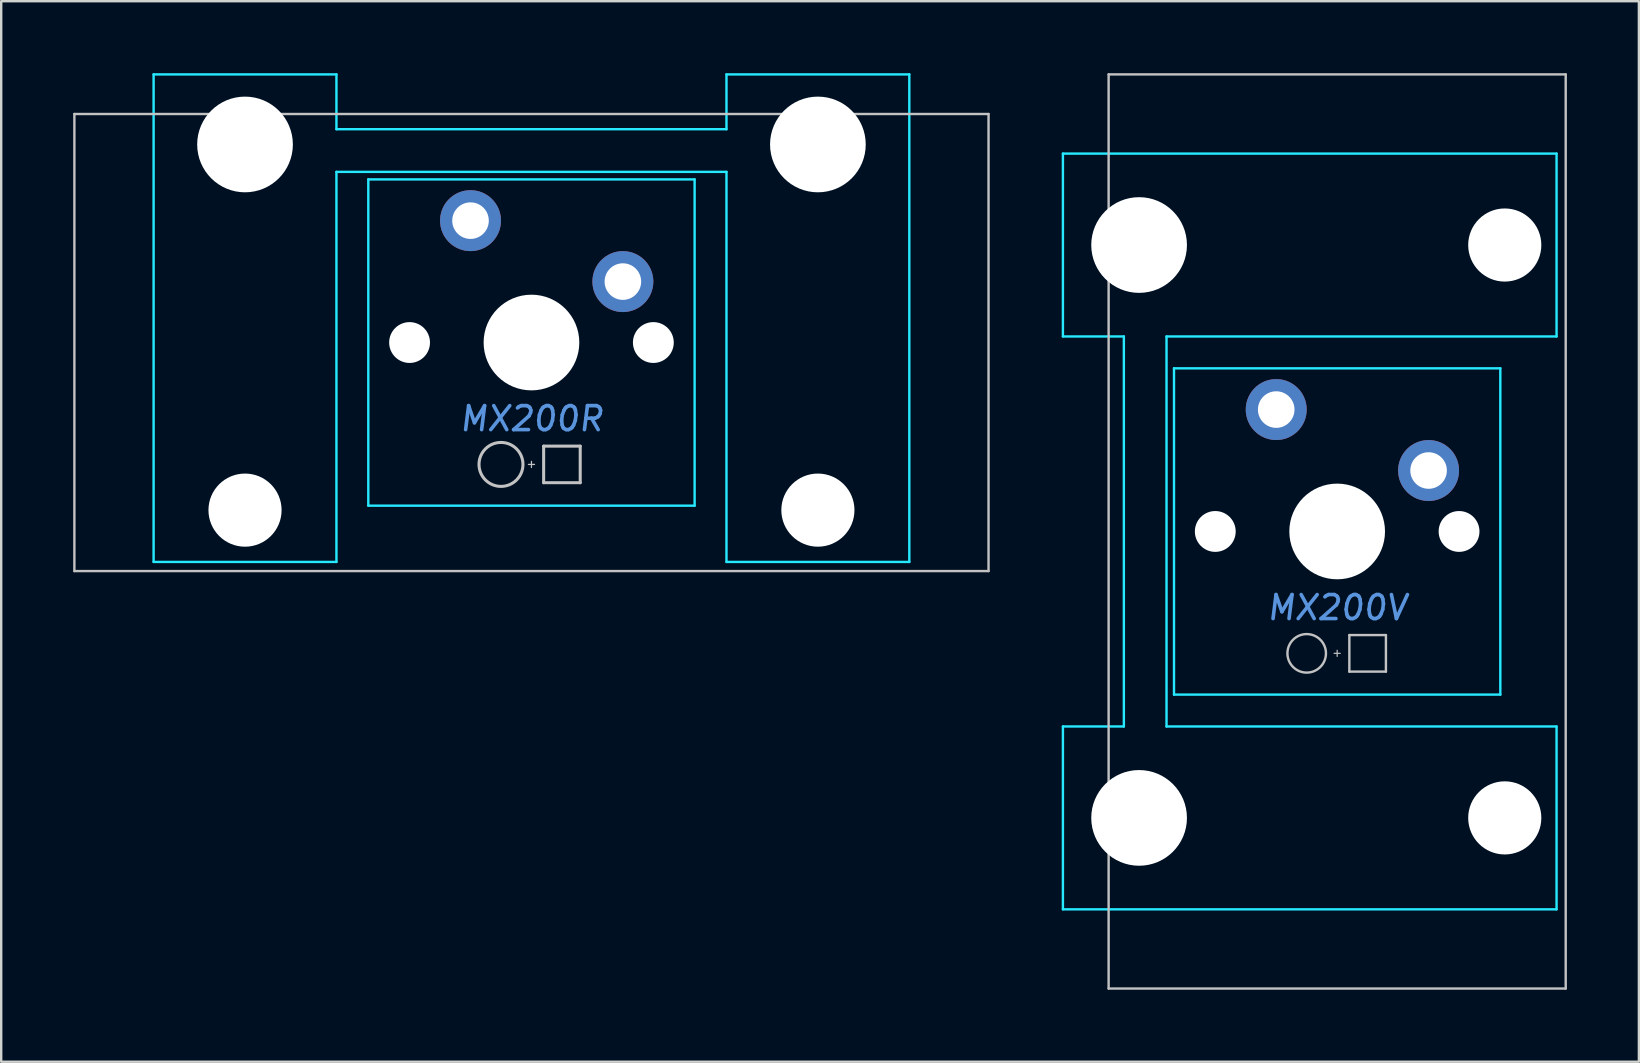
<source format=kicad_pcb>
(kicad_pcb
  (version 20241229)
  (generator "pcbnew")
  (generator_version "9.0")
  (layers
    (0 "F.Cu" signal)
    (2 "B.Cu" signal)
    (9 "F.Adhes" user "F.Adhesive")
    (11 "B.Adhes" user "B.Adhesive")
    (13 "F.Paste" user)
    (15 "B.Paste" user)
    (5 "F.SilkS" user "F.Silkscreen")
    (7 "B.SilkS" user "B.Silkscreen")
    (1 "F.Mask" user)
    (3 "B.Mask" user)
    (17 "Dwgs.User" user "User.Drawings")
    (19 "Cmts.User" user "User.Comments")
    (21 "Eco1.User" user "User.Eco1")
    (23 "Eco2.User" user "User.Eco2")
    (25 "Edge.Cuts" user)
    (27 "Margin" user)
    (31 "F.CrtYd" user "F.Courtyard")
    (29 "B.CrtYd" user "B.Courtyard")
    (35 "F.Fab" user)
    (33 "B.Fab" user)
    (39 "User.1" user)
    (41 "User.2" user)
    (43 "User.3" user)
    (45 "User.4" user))
  (footprint "MX200V"
    (layer "F.Cu")
    (at 52.68 19.1)
    (property "Reference" "MX200V" (at 0 3.175 0) (layer "Cmts.User") (effects (font (size 1 1) (thickness 0.15) (italic yes))))
    (attr through_hole)
    (fp_line (start -9.525 -19.05) (end -9.525 19.05) (stroke (width 0.1) (type solid)) (layer "Dwgs.User"))
    (fp_line (start -0.127 5.08) (end 0.127 5.08) (stroke (width 0.05) (type solid)) (layer "Dwgs.User"))
    (fp_line (start 0 5.207) (end 0 4.953) (stroke (width 0.05) (type solid)) (layer "Dwgs.User"))
    (fp_line (start 0.508 4.318) (end 0.508 5.842) (stroke (width 0.1) (type solid)) (layer "Dwgs.User"))
    (fp_line (start 0.508 4.318) (end 2.032 4.318) (stroke (width 0.1) (type solid)) (layer "Dwgs.User"))
    (fp_line (start 0.508 5.842) (end 2.032 5.842) (stroke (width 0.1) (type solid)) (layer "Dwgs.User"))
    (fp_line (start 2.032 5.842) (end 2.032 4.318) (stroke (width 0.1) (type solid)) (layer "Dwgs.User"))
    (fp_line (start 9.525 -19.05) (end -9.525 -19.05) (stroke (width 0.1) (type solid)) (layer "Dwgs.User"))
    (fp_line (start 9.525 -19.05) (end 9.525 19.05) (stroke (width 0.1) (type solid)) (layer "Dwgs.User"))
    (fp_line (start 9.525 19.05) (end -9.525 19.05) (stroke (width 0.1) (type solid)) (layer "Dwgs.User"))
    (fp_circle (center -1.27 5.08) (end -0.467 5.08) (stroke (width 0.1) (type solid)) (fill no) (layer "Dwgs.User"))
    (fp_line (start -9.015 -8.938) (end -9.015 -14.938) (stroke (width 0.1) (type solid)) (layer "Eco1.User"))
    (fp_line (start -9.015 14.938) (end -9.015 8.938) (stroke (width 0.1) (type solid)) (layer "Eco1.User"))
    (fp_line (start -8.515 -8.438) (end 5.485 -8.438) (stroke (width 0.1) (type solid)) (layer "Eco1.User"))
    (fp_line (start -8.515 15.438) (end 5.485 15.438) (stroke (width 0.1) (type solid)) (layer "Eco1.User"))
    (fp_line (start -7 -6.5) (end -7 6.5) (stroke (width 0.1) (type solid)) (layer "Eco1.User"))
    (fp_line (start -6.5 7) (end 6.5 7) (stroke (width 0.1) (type solid)) (layer "Eco1.User"))
    (fp_line (start 5.485 -15.438) (end -8.515 -15.438) (stroke (width 0.1) (type solid)) (layer "Eco1.User"))
    (fp_line (start 5.485 8.438) (end -8.515 8.438) (stroke (width 0.1) (type solid)) (layer "Eco1.User"))
    (fp_line (start 5.985 -14.938) (end 5.985 -8.938) (stroke (width 0.1) (type solid)) (layer "Eco1.User"))
    (fp_line (start 5.985 8.938) (end 5.985 14.938) (stroke (width 0.1) (type solid)) (layer "Eco1.User"))
    (fp_line (start 6.5 -7) (end -6.5 -7) (stroke (width 0.1) (type solid)) (layer "Eco1.User"))
    (fp_line (start 7 6.5) (end 7 -6.5) (stroke (width 0.1) (type solid)) (layer "Eco1.User"))
    (fp_arc (start -9.015 -14.938) (mid -8.868553 -15.291553) (end -8.515 -15.438) (stroke (width 0.1) (type solid)) (layer "Eco1.User"))
    (fp_arc (start -9.015 8.938) (mid -8.868553 8.584447) (end -8.515 8.438) (stroke (width 0.1) (type solid)) (layer "Eco1.User"))
    (fp_arc (start -8.515 -8.438) (mid -8.868553 -8.584447) (end -9.015 -8.938) (stroke (width 0.1) (type solid)) (layer "Eco1.User"))
    (fp_arc (start -8.515 15.438) (mid -8.868553 15.291553) (end -9.015 14.938) (stroke (width 0.1) (type solid)) (layer "Eco1.User"))
    (fp_arc (start -7 -6.5) (mid -6.853553 -6.853553) (end -6.5 -7) (stroke (width 0.1) (type solid)) (layer "Eco1.User"))
    (fp_arc (start -6.5 7) (mid -6.853553 6.853553) (end -7 6.5) (stroke (width 0.1) (type solid)) (layer "Eco1.User"))
    (fp_arc (start 5.485 -15.438) (mid 5.838553 -15.291553) (end 5.985 -14.938) (stroke (width 0.1) (type solid)) (layer "Eco1.User"))
    (fp_arc (start 5.485 8.438) (mid 5.838553 8.584447) (end 5.985 8.938) (stroke (width 0.1) (type solid)) (layer "Eco1.User"))
    (fp_arc (start 5.985 -8.938) (mid 5.838553 -8.584447) (end 5.485 -8.438) (stroke (width 0.1) (type solid)) (layer "Eco1.User"))
    (fp_arc (start 5.985 14.938) (mid 5.838553 15.291553) (end 5.485 15.438) (stroke (width 0.1) (type solid)) (layer "Eco1.User"))
    (fp_arc (start 6.5 -7) (mid 6.853553 -6.853553) (end 7 -6.5) (stroke (width 0.1) (type solid)) (layer "Eco1.User"))
    (fp_arc (start 7 6.5) (mid 6.853553 6.853553) (end 6.5 7) (stroke (width 0.1) (type solid)) (layer "Eco1.User"))
    (fp_line (start -11.43 -15.748) (end 9.144 -15.748) (stroke (width 0.1) (type solid)) (layer "B.CrtYd"))
    (fp_line (start -11.43 -8.128) (end -11.43 -15.748) (stroke (width 0.1) (type solid)) (layer "B.CrtYd"))
    (fp_line (start -11.43 -8.128) (end -8.89 -8.128) (stroke (width 0.1) (type solid)) (layer "B.CrtYd"))
    (fp_line (start -11.43 8.128) (end -8.89 8.128) (stroke (width 0.1) (type solid)) (layer "B.CrtYd"))
    (fp_line (start -11.43 15.748) (end -11.43 8.128) (stroke (width 0.1) (type solid)) (layer "B.CrtYd"))
    (fp_line (start -8.89 -8.128) (end -8.89 8.128) (stroke (width 0.1) (type solid)) (layer "B.CrtYd"))
    (fp_line (start -7.112 -8.128) (end -7.112 8.128) (stroke (width 0.1) (type solid)) (layer "B.CrtYd"))
    (fp_line (start -6.8 6.8) (end -6.8 -6.8) (stroke (width 0.1) (type solid)) (layer "B.CrtYd"))
    (fp_line (start 6.8 -6.8) (end -6.8 -6.8) (stroke (width 0.1) (type solid)) (layer "B.CrtYd"))
    (fp_line (start 6.8 6.8) (end -6.8 6.8) (stroke (width 0.1) (type solid)) (layer "B.CrtYd"))
    (fp_line (start 6.8 6.8) (end 6.8 -6.8) (stroke (width 0.1) (type solid)) (layer "B.CrtYd"))
    (fp_line (start 9.144 -15.748) (end 9.144 -8.128) (stroke (width 0.1) (type solid)) (layer "B.CrtYd"))
    (fp_line (start 9.144 -8.128) (end -7.112 -8.128) (stroke (width 0.1) (type solid)) (layer "B.CrtYd"))
    (fp_line (start 9.144 8.128) (end -7.112 8.128) (stroke (width 0.1) (type solid)) (layer "B.CrtYd"))
    (fp_line (start 9.144 8.128) (end 9.144 15.748) (stroke (width 0.1) (type solid)) (layer "B.CrtYd"))
    (fp_line (start 9.144 15.748) (end -11.43 15.748) (stroke (width 0.1) (type solid)) (layer "B.CrtYd"))
    (pad "" np_thru_hole circle (at -8.255 -11.938 270) (size 3.988 3.988) (drill 3.988) (layers "*.Cu" "*.Mask"))
    (pad "" np_thru_hole circle (at -8.255 11.938 270) (size 3.988 3.988) (drill 3.988) (layers "*.Cu" "*.Mask"))
    (pad "" np_thru_hole circle (at -5.08 0) (size 1.702 1.702) (drill 1.702) (layers "*.Cu" "*.Mask"))
    (pad "" connect circle (at -2.54 -5.08) (size 1.524 1.524) (layers "B.Mask"))
    (pad "" np_thru_hole circle (at 0 0) (size 3.988 3.988) (drill 3.988) (layers "*.Cu" "*.Mask"))
    (pad "" connect circle (at 3.81 -2.54) (size 1.524 1.524) (layers "B.Mask"))
    (pad "" np_thru_hole circle (at 5.08 0) (size 1.702 1.702) (drill 1.702) (layers "*.Cu" "*.Mask"))
    (pad "" np_thru_hole circle (at 6.985 -11.938 270) (size 3.048 3.048) (drill 3.048) (layers "*.Cu" "*.Mask"))
    (pad "" np_thru_hole circle (at 6.985 11.938 270) (size 3.048 3.048) (drill 3.048) (layers "*.Cu" "*.Mask"))
    (pad "1" thru_hole circle (at -2.54 -5.08) (size 2.54 2.54) (drill 1.524) (layers "*.Cu" "F.Mask"))
    (pad "2" thru_hole circle (at 3.81 -2.54) (size 2.54 2.54) (drill 1.524) (layers "*.Cu" "F.Mask")))
  (footprint "MX200R"
    (layer "F.Cu")
    (at 19.1 11.226)
    (property "Reference" "MX200R" (at 0 3.175 0) (layer "Cmts.User") (effects (font (size 1 1) (thickness 0.15) (italic yes))))
    (attr through_hole)
    (fp_line (start -19.05 -9.525) (end -19.05 9.525) (stroke (width 0.1) (type solid)) (layer "Dwgs.User"))
    (fp_line (start -19.05 -9.525) (end 19.05 -9.525) (stroke (width 0.1) (type solid)) (layer "Dwgs.User"))
    (fp_line (start -19.05 9.525) (end 19.05 9.525) (stroke (width 0.1) (type solid)) (layer "Dwgs.User"))
    (fp_line (start -0.127 5.08) (end 0.127 5.08) (stroke (width 0.051) (type solid)) (layer "Dwgs.User"))
    (fp_line (start 0 4.953) (end 0 5.207) (stroke (width 0.051) (type solid)) (layer "Dwgs.User"))
    (fp_line (start 0.508 4.318) (end 0.508 5.842) (stroke (width 0.127) (type solid)) (layer "Dwgs.User"))
    (fp_line (start 0.508 4.318) (end 2.032 4.318) (stroke (width 0.127) (type solid)) (layer "Dwgs.User"))
    (fp_line (start 0.508 5.842) (end 2.032 5.842) (stroke (width 0.127) (type solid)) (layer "Dwgs.User"))
    (fp_line (start 2.032 5.842) (end 2.032 4.318) (stroke (width 0.127) (type solid)) (layer "Dwgs.User"))
    (fp_line (start 19.05 -9.525) (end 19.05 9.525) (stroke (width 0.1) (type solid)) (layer "Dwgs.User"))
    (fp_circle (center -1.27 5.08) (end -0.354 5.08) (stroke (width 0.127) (type solid)) (fill no) (layer "Dwgs.User"))
    (fp_line (start -15.438 -8.515) (end -15.438 5.485) (stroke (width 0.1) (type solid)) (layer "Eco1.User"))
    (fp_line (start -14.938 -9.015) (end -8.938 -9.015) (stroke (width 0.1) (type solid)) (layer "Eco1.User"))
    (fp_line (start -8.938 5.985) (end -14.938 5.985) (stroke (width 0.1) (type solid)) (layer "Eco1.User"))
    (fp_line (start -8.438 5.485) (end -8.438 -8.515) (stroke (width 0.1) (type solid)) (layer "Eco1.User"))
    (fp_line (start -7 -6.5) (end -7 6.5) (stroke (width 0.1) (type solid)) (layer "Eco1.User"))
    (fp_line (start -6.5 7) (end 6.5 7) (stroke (width 0.1) (type solid)) (layer "Eco1.User"))
    (fp_line (start 6.5 -7) (end -6.5 -7) (stroke (width 0.1) (type solid)) (layer "Eco1.User"))
    (fp_line (start 7 6.5) (end 7 -6.5) (stroke (width 0.1) (type solid)) (layer "Eco1.User"))
    (fp_line (start 8.438 -8.515) (end 8.438 5.485) (stroke (width 0.1) (type solid)) (layer "Eco1.User"))
    (fp_line (start 8.938 -9.015) (end 14.938 -9.015) (stroke (width 0.1) (type solid)) (layer "Eco1.User"))
    (fp_line (start 14.938 5.985) (end 8.938 5.985) (stroke (width 0.1) (type solid)) (layer "Eco1.User"))
    (fp_line (start 15.438 5.485) (end 15.438 -8.515) (stroke (width 0.1) (type solid)) (layer "Eco1.User"))
    (fp_arc (start -15.438 -8.515) (mid -15.291553 -8.868553) (end -14.938 -9.015) (stroke (width 0.1) (type solid)) (layer "Eco1.User"))
    (fp_arc (start -14.938 5.985) (mid -15.291553 5.838553) (end -15.438 5.485) (stroke (width 0.1) (type solid)) (layer "Eco1.User"))
    (fp_arc (start -8.938 -9.015) (mid -8.584447 -8.868553) (end -8.438 -8.515) (stroke (width 0.1) (type solid)) (layer "Eco1.User"))
    (fp_arc (start -8.438 5.485) (mid -8.584447 5.838553) (end -8.938 5.985) (stroke (width 0.1) (type solid)) (layer "Eco1.User"))
    (fp_arc (start -7 -6.5) (mid -6.853553 -6.853553) (end -6.5 -7) (stroke (width 0.1) (type solid)) (layer "Eco1.User"))
    (fp_arc (start -6.5 7) (mid -6.853553 6.853553) (end -7 6.5) (stroke (width 0.1) (type solid)) (layer "Eco1.User"))
    (fp_arc (start 6.5 -7) (mid 6.853553 -6.853553) (end 7 -6.5) (stroke (width 0.1) (type solid)) (layer "Eco1.User"))
    (fp_arc (start 7 6.5) (mid 6.853553 6.853553) (end 6.5 7) (stroke (width 0.1) (type solid)) (layer "Eco1.User"))
    (fp_arc (start 8.438 -8.515) (mid 8.584447 -8.868553) (end 8.938 -9.015) (stroke (width 0.1) (type solid)) (layer "Eco1.User"))
    (fp_arc (start 8.938 5.985) (mid 8.584447 5.838553) (end 8.438 5.485) (stroke (width 0.1) (type solid)) (layer "Eco1.User"))
    (fp_arc (start 14.938 -9.015) (mid 15.291553 -8.868553) (end 15.438 -8.515) (stroke (width 0.1) (type solid)) (layer "Eco1.User"))
    (fp_arc (start 15.438 5.485) (mid 15.291553 5.838553) (end 14.938 5.985) (stroke (width 0.1) (type solid)) (layer "Eco1.User"))
    (fp_line (start -15.748 9.144) (end -15.748 -11.176) (stroke (width 0.1) (type solid)) (layer "B.CrtYd"))
    (fp_line (start -8.128 -11.176) (end -15.748 -11.176) (stroke (width 0.1) (type solid)) (layer "B.CrtYd"))
    (fp_line (start -8.128 -8.89) (end -8.128 -11.176) (stroke (width 0.1) (type solid)) (layer "B.CrtYd"))
    (fp_line (start -8.128 -7.112) (end -8.128 9.144) (stroke (width 0.1) (type solid)) (layer "B.CrtYd"))
    (fp_line (start -8.128 9.144) (end -15.748 9.144) (stroke (width 0.1) (type solid)) (layer "B.CrtYd"))
    (fp_line (start -6.8 -6.8) (end -6.8 6.8) (stroke (width 0.1) (type solid)) (layer "B.CrtYd"))
    (fp_line (start 6.8 -6.8) (end -6.8 -6.8) (stroke (width 0.1) (type solid)) (layer "B.CrtYd"))
    (fp_line (start 6.8 -6.8) (end 6.8 6.8) (stroke (width 0.1) (type solid)) (layer "B.CrtYd"))
    (fp_line (start 6.8 6.8) (end -6.8 6.8) (stroke (width 0.1) (type solid)) (layer "B.CrtYd"))
    (fp_line (start 8.128 -8.89) (end -8.128 -8.89) (stroke (width 0.1) (type solid)) (layer "B.CrtYd"))
    (fp_line (start 8.128 -8.89) (end 8.128 -11.176) (stroke (width 0.1) (type solid)) (layer "B.CrtYd"))
    (fp_line (start 8.128 -7.112) (end -8.128 -7.112) (stroke (width 0.1) (type solid)) (layer "B.CrtYd"))
    (fp_line (start 8.128 -7.112) (end 8.128 9.144) (stroke (width 0.1) (type solid)) (layer "B.CrtYd"))
    (fp_line (start 15.748 -11.176) (end 8.128 -11.176) (stroke (width 0.1) (type solid)) (layer "B.CrtYd"))
    (fp_line (start 15.748 9.144) (end 8.128 9.144) (stroke (width 0.1) (type solid)) (layer "B.CrtYd"))
    (fp_line (start 15.748 9.144) (end 15.748 -11.176) (stroke (width 0.1) (type solid)) (layer "B.CrtYd"))
    (pad "" np_thru_hole circle (at -11.938 -8.255) (size 3.988 3.988) (drill 3.988) (layers "*.Cu" "*.Mask"))
    (pad "" np_thru_hole circle (at -11.938 6.985) (size 3.048 3.048) (drill 3.048) (layers "*.Cu" "*.Mask"))
    (pad "" np_thru_hole circle (at -5.08 0) (size 1.702 1.702) (drill 1.702) (layers "*.Cu" "*.Mask"))
    (pad "" connect circle (at -2.54 -5.08) (size 1.524 1.524) (layers "B.Mask"))
    (pad "" np_thru_hole circle (at 0 0) (size 3.988 3.988) (drill 3.988) (layers "*.Cu" "*.Mask"))
    (pad "" connect circle (at 3.81 -2.54) (size 1.524 1.524) (layers "B.Mask"))
    (pad "" np_thru_hole circle (at 5.08 0) (size 1.702 1.702) (drill 1.702) (layers "*.Cu" "*.Mask"))
    (pad "" np_thru_hole circle (at 11.938 -8.255) (size 3.988 3.988) (drill 3.988) (layers "*.Cu" "*.Mask"))
    (pad "" np_thru_hole circle (at 11.938 6.985) (size 3.048 3.048) (drill 3.048) (layers "*.Cu" "*.Mask"))
    (pad "1" thru_hole circle (at -2.54 -5.08) (size 2.54 2.54) (drill 1.524) (layers "*.Cu" "F.Mask"))
    (pad "2" thru_hole circle (at 3.81 -2.54) (size 2.54 2.54) (drill 1.524) (layers "*.Cu" "F.Mask")))
  (gr_rect
    (start -3 -3)
    (end 65.255 41.2)
    (stroke (width 0.1) (type default))
    (fill no)
    (layer "Edge.Cuts")))
</source>
